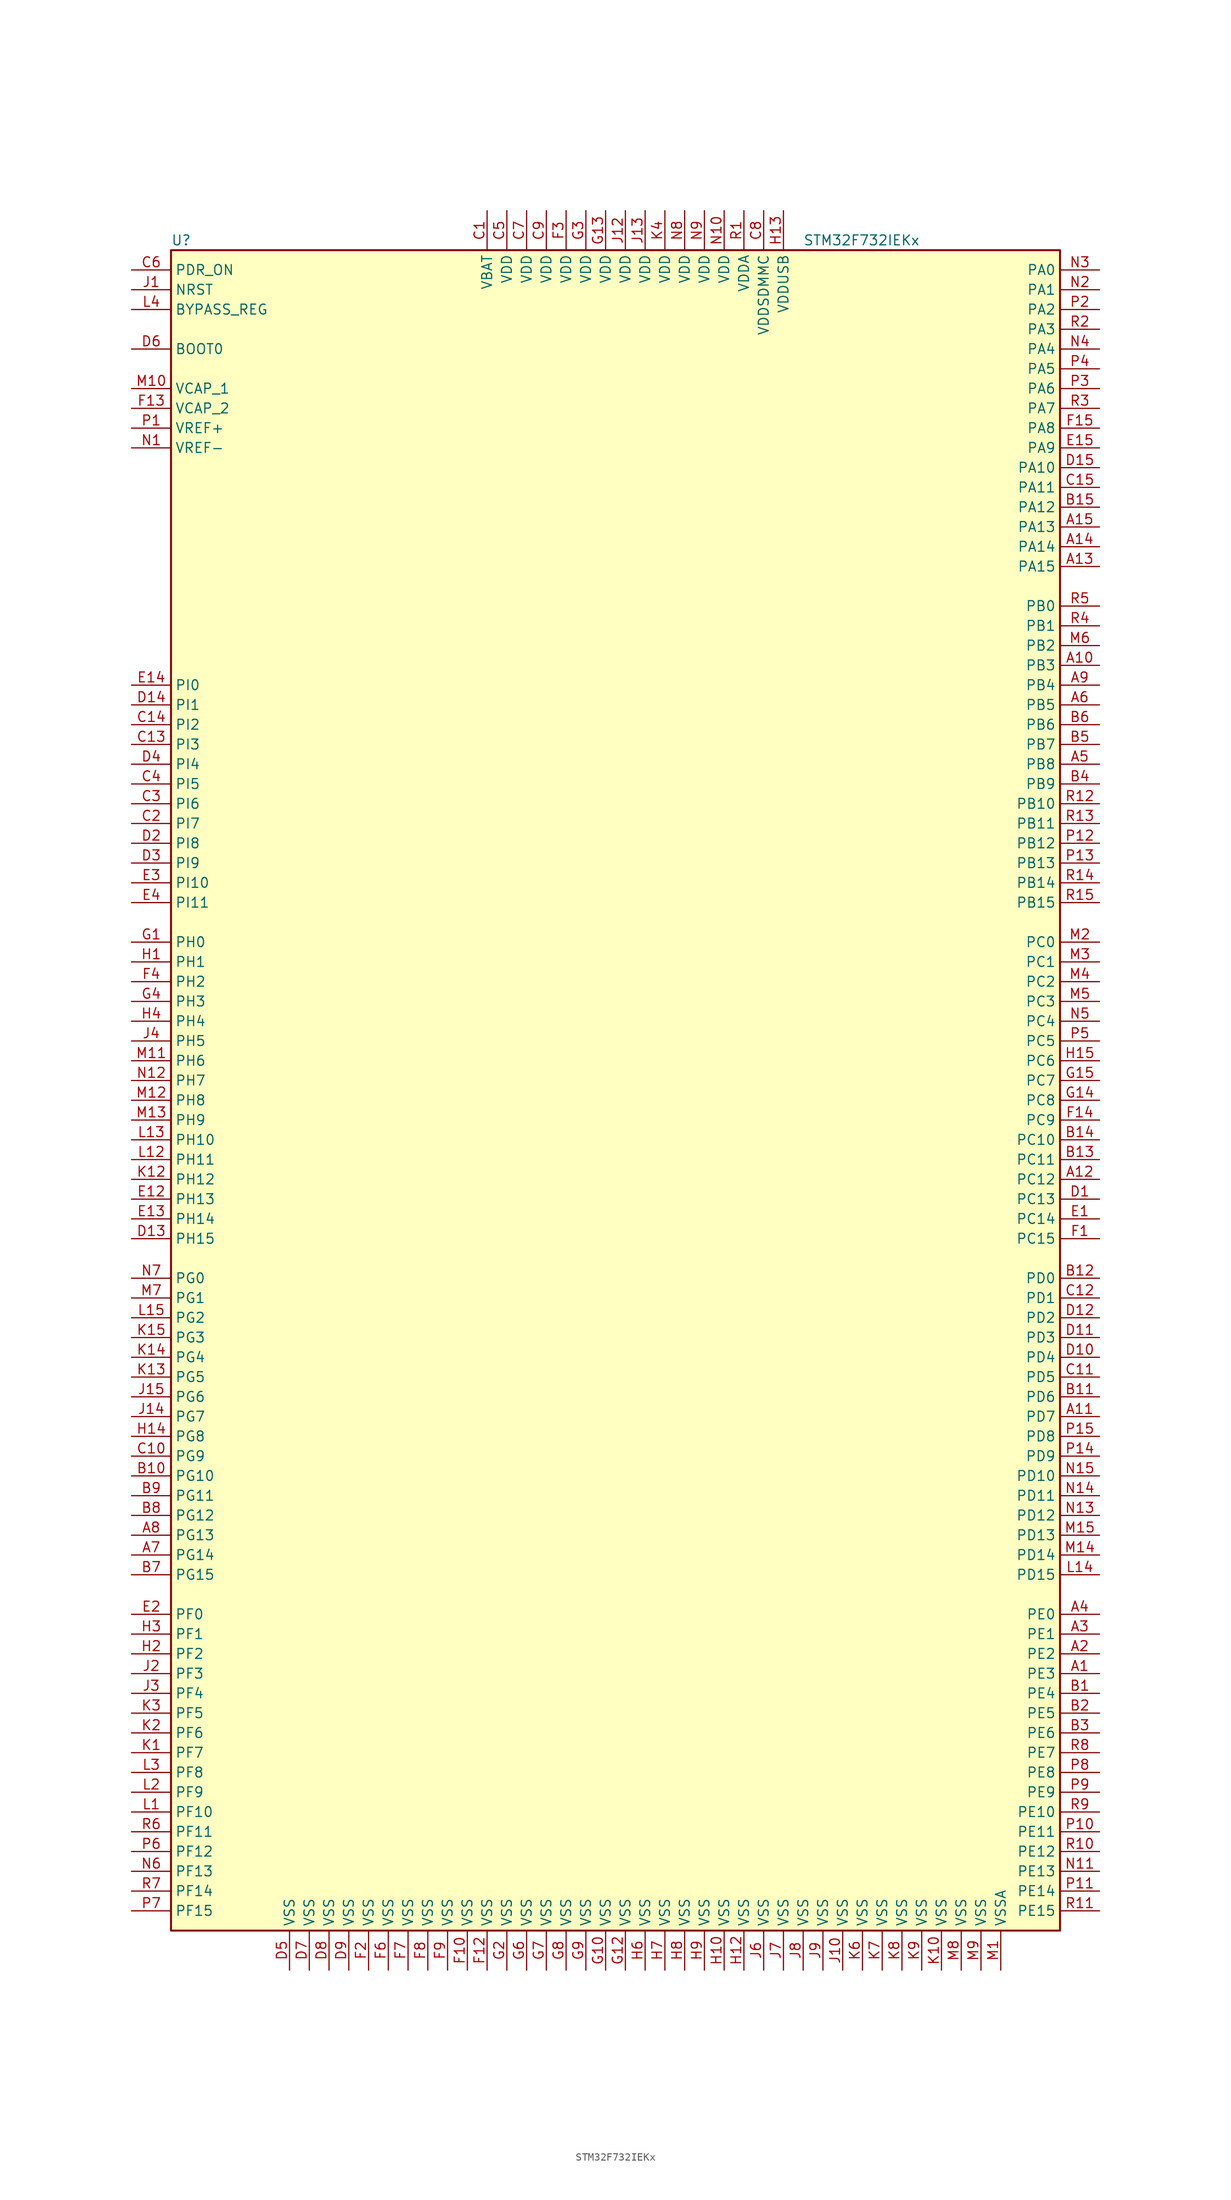
<source format=kicad_sym>
(kicad_symbol_lib
  (version 20211014)
  (generator kicad_symbol_editor)
  (symbol "STM32F732IEKx"
    (property "Reference" "U"
      (at -58.42 107.95 0)
      (effects (font (size 1.27 1.27)) (justify left)))
    (property "Value" "STM32F732IEKx"
      (at 22.86 107.95 0)
      (effects (font (size 1.27 1.27)) (justify left)))
    (symbol "STM32F732IEKx_0_1"
      (rectangle (start -58.42 -109.22) (end 55.88 106.68) (stroke (width 0.254) (type default) (color 0 0 0 0)) (fill (type background))))
    (symbol "STM32F732IEKx_1_1"
      (pin bidirectional line (at 60.96 -76.2 180) (length 5.08) (name "PE3" (effects (font (size 1.27 1.27)))) (number "A1" (effects (font (size 1.27 1.27)))))
      (pin bidirectional line (at 60.96 53.34 180) (length 5.08) (name "PB3" (effects (font (size 1.27 1.27)))) (number "A10" (effects (font (size 1.27 1.27)))))
      (pin bidirectional line (at 60.96 -43.18 180) (length 5.08) (name "PD7" (effects (font (size 1.27 1.27)))) (number "A11" (effects (font (size 1.27 1.27)))))
      (pin bidirectional line (at 60.96 -12.7 180) (length 5.08) (name "PC12" (effects (font (size 1.27 1.27)))) (number "A12" (effects (font (size 1.27 1.27)))))
      (pin bidirectional line (at 60.96 66.04 180) (length 5.08) (name "PA15" (effects (font (size 1.27 1.27)))) (number "A13" (effects (font (size 1.27 1.27)))))
      (pin bidirectional line (at 60.96 68.58 180) (length 5.08) (name "PA14" (effects (font (size 1.27 1.27)))) (number "A14" (effects (font (size 1.27 1.27)))))
      (pin bidirectional line (at 60.96 71.12 180) (length 5.08) (name "PA13" (effects (font (size 1.27 1.27)))) (number "A15" (effects (font (size 1.27 1.27)))))
      (pin bidirectional line (at 60.96 -73.66 180) (length 5.08) (name "PE2" (effects (font (size 1.27 1.27)))) (number "A2" (effects (font (size 1.27 1.27)))))
      (pin bidirectional line (at 60.96 -71.12 180) (length 5.08) (name "PE1" (effects (font (size 1.27 1.27)))) (number "A3" (effects (font (size 1.27 1.27)))))
      (pin bidirectional line (at 60.96 -68.58 180) (length 5.08) (name "PE0" (effects (font (size 1.27 1.27)))) (number "A4" (effects (font (size 1.27 1.27)))))
      (pin bidirectional line (at 60.96 40.64 180) (length 5.08) (name "PB8" (effects (font (size 1.27 1.27)))) (number "A5" (effects (font (size 1.27 1.27)))))
      (pin bidirectional line (at 60.96 48.26 180) (length 5.08) (name "PB5" (effects (font (size 1.27 1.27)))) (number "A6" (effects (font (size 1.27 1.27)))))
      (pin bidirectional line (at -63.5 -60.96 0) (length 5.08) (name "PG14" (effects (font (size 1.27 1.27)))) (number "A7" (effects (font (size 1.27 1.27)))))
      (pin bidirectional line (at -63.5 -58.42 0) (length 5.08) (name "PG13" (effects (font (size 1.27 1.27)))) (number "A8" (effects (font (size 1.27 1.27)))))
      (pin bidirectional line (at 60.96 50.8 180) (length 5.08) (name "PB4" (effects (font (size 1.27 1.27)))) (number "A9" (effects (font (size 1.27 1.27)))))
      (pin bidirectional line (at 60.96 -78.74 180) (length 5.08) (name "PE4" (effects (font (size 1.27 1.27)))) (number "B1" (effects (font (size 1.27 1.27)))))
      (pin bidirectional line (at -63.5 -50.8 0) (length 5.08) (name "PG10" (effects (font (size 1.27 1.27)))) (number "B10" (effects (font (size 1.27 1.27)))))
      (pin bidirectional line (at 60.96 -40.64 180) (length 5.08) (name "PD6" (effects (font (size 1.27 1.27)))) (number "B11" (effects (font (size 1.27 1.27)))))
      (pin bidirectional line (at 60.96 -25.4 180) (length 5.08) (name "PD0" (effects (font (size 1.27 1.27)))) (number "B12" (effects (font (size 1.27 1.27)))))
      (pin bidirectional line (at 60.96 -10.16 180) (length 5.08) (name "PC11" (effects (font (size 1.27 1.27)))) (number "B13" (effects (font (size 1.27 1.27)))))
      (pin bidirectional line (at 60.96 -7.62 180) (length 5.08) (name "PC10" (effects (font (size 1.27 1.27)))) (number "B14" (effects (font (size 1.27 1.27)))))
      (pin bidirectional line (at 60.96 73.66 180) (length 5.08) (name "PA12" (effects (font (size 1.27 1.27)))) (number "B15" (effects (font (size 1.27 1.27)))))
      (pin bidirectional line (at 60.96 -81.28 180) (length 5.08) (name "PE5" (effects (font (size 1.27 1.27)))) (number "B2" (effects (font (size 1.27 1.27)))))
      (pin bidirectional line (at 60.96 -83.82 180) (length 5.08) (name "PE6" (effects (font (size 1.27 1.27)))) (number "B3" (effects (font (size 1.27 1.27)))))
      (pin bidirectional line (at 60.96 38.1 180) (length 5.08) (name "PB9" (effects (font (size 1.27 1.27)))) (number "B4" (effects (font (size 1.27 1.27)))))
      (pin bidirectional line (at 60.96 43.18 180) (length 5.08) (name "PB7" (effects (font (size 1.27 1.27)))) (number "B5" (effects (font (size 1.27 1.27)))))
      (pin bidirectional line (at 60.96 45.72 180) (length 5.08) (name "PB6" (effects (font (size 1.27 1.27)))) (number "B6" (effects (font (size 1.27 1.27)))))
      (pin bidirectional line (at -63.5 -63.5 0) (length 5.08) (name "PG15" (effects (font (size 1.27 1.27)))) (number "B7" (effects (font (size 1.27 1.27)))))
      (pin bidirectional line (at -63.5 -55.88 0) (length 5.08) (name "PG12" (effects (font (size 1.27 1.27)))) (number "B8" (effects (font (size 1.27 1.27)))))
      (pin bidirectional line (at -63.5 -53.34 0) (length 5.08) (name "PG11" (effects (font (size 1.27 1.27)))) (number "B9" (effects (font (size 1.27 1.27)))))
      (pin power_in line (at -17.78 111.76 270) (length 5.08) (name "VBAT" (effects (font (size 1.27 1.27)))) (number "C1" (effects (font (size 1.27 1.27)))))
      (pin bidirectional line (at -63.5 -48.26 0) (length 5.08) (name "PG9" (effects (font (size 1.27 1.27)))) (number "C10" (effects (font (size 1.27 1.27)))))
      (pin bidirectional line (at 60.96 -38.1 180) (length 5.08) (name "PD5" (effects (font (size 1.27 1.27)))) (number "C11" (effects (font (size 1.27 1.27)))))
      (pin bidirectional line (at 60.96 -27.94 180) (length 5.08) (name "PD1" (effects (font (size 1.27 1.27)))) (number "C12" (effects (font (size 1.27 1.27)))))
      (pin bidirectional line (at -63.5 43.18 0) (length 5.08) (name "PI3" (effects (font (size 1.27 1.27)))) (number "C13" (effects (font (size 1.27 1.27)))))
      (pin bidirectional line (at -63.5 45.72 0) (length 5.08) (name "PI2" (effects (font (size 1.27 1.27)))) (number "C14" (effects (font (size 1.27 1.27)))))
      (pin bidirectional line (at 60.96 76.2 180) (length 5.08) (name "PA11" (effects (font (size 1.27 1.27)))) (number "C15" (effects (font (size 1.27 1.27)))))
      (pin bidirectional line (at -63.5 33.02 0) (length 5.08) (name "PI7" (effects (font (size 1.27 1.27)))) (number "C2" (effects (font (size 1.27 1.27)))))
      (pin bidirectional line (at -63.5 35.56 0) (length 5.08) (name "PI6" (effects (font (size 1.27 1.27)))) (number "C3" (effects (font (size 1.27 1.27)))))
      (pin bidirectional line (at -63.5 38.1 0) (length 5.08) (name "PI5" (effects (font (size 1.27 1.27)))) (number "C4" (effects (font (size 1.27 1.27)))))
      (pin power_in line (at -15.24 111.76 270) (length 5.08) (name "VDD" (effects (font (size 1.27 1.27)))) (number "C5" (effects (font (size 1.27 1.27)))))
      (pin input line (at -63.5 104.14 0) (length 5.08) (name "PDR_ON" (effects (font (size 1.27 1.27)))) (number "C6" (effects (font (size 1.27 1.27)))))
      (pin power_in line (at -12.7 111.76 270) (length 5.08) (name "VDD" (effects (font (size 1.27 1.27)))) (number "C7" (effects (font (size 1.27 1.27)))))
      (pin power_in line (at 17.78 111.76 270) (length 5.08) (name "VDDSDMMC" (effects (font (size 1.27 1.27)))) (number "C8" (effects (font (size 1.27 1.27)))))
      (pin power_in line (at -10.16 111.76 270) (length 5.08) (name "VDD" (effects (font (size 1.27 1.27)))) (number "C9" (effects (font (size 1.27 1.27)))))
      (pin bidirectional line (at 60.96 -15.24 180) (length 5.08) (name "PC13" (effects (font (size 1.27 1.27)))) (number "D1" (effects (font (size 1.27 1.27)))))
      (pin bidirectional line (at 60.96 -35.56 180) (length 5.08) (name "PD4" (effects (font (size 1.27 1.27)))) (number "D10" (effects (font (size 1.27 1.27)))))
      (pin bidirectional line (at 60.96 -33.02 180) (length 5.08) (name "PD3" (effects (font (size 1.27 1.27)))) (number "D11" (effects (font (size 1.27 1.27)))))
      (pin bidirectional line (at 60.96 -30.48 180) (length 5.08) (name "PD2" (effects (font (size 1.27 1.27)))) (number "D12" (effects (font (size 1.27 1.27)))))
      (pin bidirectional line (at -63.5 -20.32 0) (length 5.08) (name "PH15" (effects (font (size 1.27 1.27)))) (number "D13" (effects (font (size 1.27 1.27)))))
      (pin bidirectional line (at -63.5 48.26 0) (length 5.08) (name "PI1" (effects (font (size 1.27 1.27)))) (number "D14" (effects (font (size 1.27 1.27)))))
      (pin bidirectional line (at 60.96 78.74 180) (length 5.08) (name "PA10" (effects (font (size 1.27 1.27)))) (number "D15" (effects (font (size 1.27 1.27)))))
      (pin bidirectional line (at -63.5 30.48 0) (length 5.08) (name "PI8" (effects (font (size 1.27 1.27)))) (number "D2" (effects (font (size 1.27 1.27)))))
      (pin bidirectional line (at -63.5 27.94 0) (length 5.08) (name "PI9" (effects (font (size 1.27 1.27)))) (number "D3" (effects (font (size 1.27 1.27)))))
      (pin bidirectional line (at -63.5 40.64 0) (length 5.08) (name "PI4" (effects (font (size 1.27 1.27)))) (number "D4" (effects (font (size 1.27 1.27)))))
      (pin power_in line (at -43.18 -114.3 90) (length 5.08) (name "VSS" (effects (font (size 1.27 1.27)))) (number "D5" (effects (font (size 1.27 1.27)))))
      (pin input line (at -63.5 93.98 0) (length 5.08) (name "BOOT0" (effects (font (size 1.27 1.27)))) (number "D6" (effects (font (size 1.27 1.27)))))
      (pin power_in line (at -40.64 -114.3 90) (length 5.08) (name "VSS" (effects (font (size 1.27 1.27)))) (number "D7" (effects (font (size 1.27 1.27)))))
      (pin power_in line (at -38.1 -114.3 90) (length 5.08) (name "VSS" (effects (font (size 1.27 1.27)))) (number "D8" (effects (font (size 1.27 1.27)))))
      (pin power_in line (at -35.56 -114.3 90) (length 5.08) (name "VSS" (effects (font (size 1.27 1.27)))) (number "D9" (effects (font (size 1.27 1.27)))))
      (pin bidirectional line (at 60.96 -17.78 180) (length 5.08) (name "PC14" (effects (font (size 1.27 1.27)))) (number "E1" (effects (font (size 1.27 1.27)))))
      (pin bidirectional line (at -63.5 -15.24 0) (length 5.08) (name "PH13" (effects (font (size 1.27 1.27)))) (number "E12" (effects (font (size 1.27 1.27)))))
      (pin bidirectional line (at -63.5 -17.78 0) (length 5.08) (name "PH14" (effects (font (size 1.27 1.27)))) (number "E13" (effects (font (size 1.27 1.27)))))
      (pin bidirectional line (at -63.5 50.8 0) (length 5.08) (name "PI0" (effects (font (size 1.27 1.27)))) (number "E14" (effects (font (size 1.27 1.27)))))
      (pin bidirectional line (at 60.96 81.28 180) (length 5.08) (name "PA9" (effects (font (size 1.27 1.27)))) (number "E15" (effects (font (size 1.27 1.27)))))
      (pin bidirectional line (at -63.5 -68.58 0) (length 5.08) (name "PF0" (effects (font (size 1.27 1.27)))) (number "E2" (effects (font (size 1.27 1.27)))))
      (pin bidirectional line (at -63.5 25.4 0) (length 5.08) (name "PI10" (effects (font (size 1.27 1.27)))) (number "E3" (effects (font (size 1.27 1.27)))))
      (pin bidirectional line (at -63.5 22.86 0) (length 5.08) (name "PI11" (effects (font (size 1.27 1.27)))) (number "E4" (effects (font (size 1.27 1.27)))))
      (pin bidirectional line (at 60.96 -20.32 180) (length 5.08) (name "PC15" (effects (font (size 1.27 1.27)))) (number "F1" (effects (font (size 1.27 1.27)))))
      (pin power_in line (at -20.32 -114.3 90) (length 5.08) (name "VSS" (effects (font (size 1.27 1.27)))) (number "F10" (effects (font (size 1.27 1.27)))))
      (pin power_in line (at -17.78 -114.3 90) (length 5.08) (name "VSS" (effects (font (size 1.27 1.27)))) (number "F12" (effects (font (size 1.27 1.27)))))
      (pin power_in line (at -63.5 86.36 0) (length 5.08) (name "VCAP_2" (effects (font (size 1.27 1.27)))) (number "F13" (effects (font (size 1.27 1.27)))))
      (pin bidirectional line (at 60.96 -5.08 180) (length 5.08) (name "PC9" (effects (font (size 1.27 1.27)))) (number "F14" (effects (font (size 1.27 1.27)))))
      (pin bidirectional line (at 60.96 83.82 180) (length 5.08) (name "PA8" (effects (font (size 1.27 1.27)))) (number "F15" (effects (font (size 1.27 1.27)))))
      (pin power_in line (at -33.02 -114.3 90) (length 5.08) (name "VSS" (effects (font (size 1.27 1.27)))) (number "F2" (effects (font (size 1.27 1.27)))))
      (pin power_in line (at -7.62 111.76 270) (length 5.08) (name "VDD" (effects (font (size 1.27 1.27)))) (number "F3" (effects (font (size 1.27 1.27)))))
      (pin bidirectional line (at -63.5 12.7 0) (length 5.08) (name "PH2" (effects (font (size 1.27 1.27)))) (number "F4" (effects (font (size 1.27 1.27)))))
      (pin power_in line (at -30.48 -114.3 90) (length 5.08) (name "VSS" (effects (font (size 1.27 1.27)))) (number "F6" (effects (font (size 1.27 1.27)))))
      (pin power_in line (at -27.94 -114.3 90) (length 5.08) (name "VSS" (effects (font (size 1.27 1.27)))) (number "F7" (effects (font (size 1.27 1.27)))))
      (pin power_in line (at -25.4 -114.3 90) (length 5.08) (name "VSS" (effects (font (size 1.27 1.27)))) (number "F8" (effects (font (size 1.27 1.27)))))
      (pin power_in line (at -22.86 -114.3 90) (length 5.08) (name "VSS" (effects (font (size 1.27 1.27)))) (number "F9" (effects (font (size 1.27 1.27)))))
      (pin input line (at -63.5 17.78 0) (length 5.08) (name "PH0" (effects (font (size 1.27 1.27)))) (number "G1" (effects (font (size 1.27 1.27)))))
      (pin power_in line (at -2.54 -114.3 90) (length 5.08) (name "VSS" (effects (font (size 1.27 1.27)))) (number "G10" (effects (font (size 1.27 1.27)))))
      (pin power_in line (at 0 -114.3 90) (length 5.08) (name "VSS" (effects (font (size 1.27 1.27)))) (number "G12" (effects (font (size 1.27 1.27)))))
      (pin power_in line (at -2.54 111.76 270) (length 5.08) (name "VDD" (effects (font (size 1.27 1.27)))) (number "G13" (effects (font (size 1.27 1.27)))))
      (pin bidirectional line (at 60.96 -2.54 180) (length 5.08) (name "PC8" (effects (font (size 1.27 1.27)))) (number "G14" (effects (font (size 1.27 1.27)))))
      (pin bidirectional line (at 60.96 0 180) (length 5.08) (name "PC7" (effects (font (size 1.27 1.27)))) (number "G15" (effects (font (size 1.27 1.27)))))
      (pin power_in line (at -15.24 -114.3 90) (length 5.08) (name "VSS" (effects (font (size 1.27 1.27)))) (number "G2" (effects (font (size 1.27 1.27)))))
      (pin power_in line (at -5.08 111.76 270) (length 5.08) (name "VDD" (effects (font (size 1.27 1.27)))) (number "G3" (effects (font (size 1.27 1.27)))))
      (pin bidirectional line (at -63.5 10.16 0) (length 5.08) (name "PH3" (effects (font (size 1.27 1.27)))) (number "G4" (effects (font (size 1.27 1.27)))))
      (pin power_in line (at -12.7 -114.3 90) (length 5.08) (name "VSS" (effects (font (size 1.27 1.27)))) (number "G6" (effects (font (size 1.27 1.27)))))
      (pin power_in line (at -10.16 -114.3 90) (length 5.08) (name "VSS" (effects (font (size 1.27 1.27)))) (number "G7" (effects (font (size 1.27 1.27)))))
      (pin power_in line (at -7.62 -114.3 90) (length 5.08) (name "VSS" (effects (font (size 1.27 1.27)))) (number "G8" (effects (font (size 1.27 1.27)))))
      (pin power_in line (at -5.08 -114.3 90) (length 5.08) (name "VSS" (effects (font (size 1.27 1.27)))) (number "G9" (effects (font (size 1.27 1.27)))))
      (pin input line (at -63.5 15.24 0) (length 5.08) (name "PH1" (effects (font (size 1.27 1.27)))) (number "H1" (effects (font (size 1.27 1.27)))))
      (pin power_in line (at 12.7 -114.3 90) (length 5.08) (name "VSS" (effects (font (size 1.27 1.27)))) (number "H10" (effects (font (size 1.27 1.27)))))
      (pin power_in line (at 15.24 -114.3 90) (length 5.08) (name "VSS" (effects (font (size 1.27 1.27)))) (number "H12" (effects (font (size 1.27 1.27)))))
      (pin power_in line (at 20.32 111.76 270) (length 5.08) (name "VDDUSB" (effects (font (size 1.27 1.27)))) (number "H13" (effects (font (size 1.27 1.27)))))
      (pin bidirectional line (at -63.5 -45.72 0) (length 5.08) (name "PG8" (effects (font (size 1.27 1.27)))) (number "H14" (effects (font (size 1.27 1.27)))))
      (pin bidirectional line (at 60.96 2.54 180) (length 5.08) (name "PC6" (effects (font (size 1.27 1.27)))) (number "H15" (effects (font (size 1.27 1.27)))))
      (pin bidirectional line (at -63.5 -73.66 0) (length 5.08) (name "PF2" (effects (font (size 1.27 1.27)))) (number "H2" (effects (font (size 1.27 1.27)))))
      (pin bidirectional line (at -63.5 -71.12 0) (length 5.08) (name "PF1" (effects (font (size 1.27 1.27)))) (number "H3" (effects (font (size 1.27 1.27)))))
      (pin bidirectional line (at -63.5 7.62 0) (length 5.08) (name "PH4" (effects (font (size 1.27 1.27)))) (number "H4" (effects (font (size 1.27 1.27)))))
      (pin power_in line (at 2.54 -114.3 90) (length 5.08) (name "VSS" (effects (font (size 1.27 1.27)))) (number "H6" (effects (font (size 1.27 1.27)))))
      (pin power_in line (at 5.08 -114.3 90) (length 5.08) (name "VSS" (effects (font (size 1.27 1.27)))) (number "H7" (effects (font (size 1.27 1.27)))))
      (pin power_in line (at 7.62 -114.3 90) (length 5.08) (name "VSS" (effects (font (size 1.27 1.27)))) (number "H8" (effects (font (size 1.27 1.27)))))
      (pin power_in line (at 10.16 -114.3 90) (length 5.08) (name "VSS" (effects (font (size 1.27 1.27)))) (number "H9" (effects (font (size 1.27 1.27)))))
      (pin input line (at -63.5 101.6 0) (length 5.08) (name "NRST" (effects (font (size 1.27 1.27)))) (number "J1" (effects (font (size 1.27 1.27)))))
      (pin power_in line (at 27.94 -114.3 90) (length 5.08) (name "VSS" (effects (font (size 1.27 1.27)))) (number "J10" (effects (font (size 1.27 1.27)))))
      (pin power_in line (at 0 111.76 270) (length 5.08) (name "VDD" (effects (font (size 1.27 1.27)))) (number "J12" (effects (font (size 1.27 1.27)))))
      (pin power_in line (at 2.54 111.76 270) (length 5.08) (name "VDD" (effects (font (size 1.27 1.27)))) (number "J13" (effects (font (size 1.27 1.27)))))
      (pin bidirectional line (at -63.5 -43.18 0) (length 5.08) (name "PG7" (effects (font (size 1.27 1.27)))) (number "J14" (effects (font (size 1.27 1.27)))))
      (pin bidirectional line (at -63.5 -40.64 0) (length 5.08) (name "PG6" (effects (font (size 1.27 1.27)))) (number "J15" (effects (font (size 1.27 1.27)))))
      (pin bidirectional line (at -63.5 -76.2 0) (length 5.08) (name "PF3" (effects (font (size 1.27 1.27)))) (number "J2" (effects (font (size 1.27 1.27)))))
      (pin bidirectional line (at -63.5 -78.74 0) (length 5.08) (name "PF4" (effects (font (size 1.27 1.27)))) (number "J3" (effects (font (size 1.27 1.27)))))
      (pin bidirectional line (at -63.5 5.08 0) (length 5.08) (name "PH5" (effects (font (size 1.27 1.27)))) (number "J4" (effects (font (size 1.27 1.27)))))
      (pin power_in line (at 17.78 -114.3 90) (length 5.08) (name "VSS" (effects (font (size 1.27 1.27)))) (number "J6" (effects (font (size 1.27 1.27)))))
      (pin power_in line (at 20.32 -114.3 90) (length 5.08) (name "VSS" (effects (font (size 1.27 1.27)))) (number "J7" (effects (font (size 1.27 1.27)))))
      (pin power_in line (at 22.86 -114.3 90) (length 5.08) (name "VSS" (effects (font (size 1.27 1.27)))) (number "J8" (effects (font (size 1.27 1.27)))))
      (pin power_in line (at 25.4 -114.3 90) (length 5.08) (name "VSS" (effects (font (size 1.27 1.27)))) (number "J9" (effects (font (size 1.27 1.27)))))
      (pin bidirectional line (at -63.5 -86.36 0) (length 5.08) (name "PF7" (effects (font (size 1.27 1.27)))) (number "K1" (effects (font (size 1.27 1.27)))))
      (pin power_in line (at 40.64 -114.3 90) (length 5.08) (name "VSS" (effects (font (size 1.27 1.27)))) (number "K10" (effects (font (size 1.27 1.27)))))
      (pin bidirectional line (at -63.5 -12.7 0) (length 5.08) (name "PH12" (effects (font (size 1.27 1.27)))) (number "K12" (effects (font (size 1.27 1.27)))))
      (pin bidirectional line (at -63.5 -38.1 0) (length 5.08) (name "PG5" (effects (font (size 1.27 1.27)))) (number "K13" (effects (font (size 1.27 1.27)))))
      (pin bidirectional line (at -63.5 -35.56 0) (length 5.08) (name "PG4" (effects (font (size 1.27 1.27)))) (number "K14" (effects (font (size 1.27 1.27)))))
      (pin bidirectional line (at -63.5 -33.02 0) (length 5.08) (name "PG3" (effects (font (size 1.27 1.27)))) (number "K15" (effects (font (size 1.27 1.27)))))
      (pin bidirectional line (at -63.5 -83.82 0) (length 5.08) (name "PF6" (effects (font (size 1.27 1.27)))) (number "K2" (effects (font (size 1.27 1.27)))))
      (pin bidirectional line (at -63.5 -81.28 0) (length 5.08) (name "PF5" (effects (font (size 1.27 1.27)))) (number "K3" (effects (font (size 1.27 1.27)))))
      (pin power_in line (at 5.08 111.76 270) (length 5.08) (name "VDD" (effects (font (size 1.27 1.27)))) (number "K4" (effects (font (size 1.27 1.27)))))
      (pin power_in line (at 30.48 -114.3 90) (length 5.08) (name "VSS" (effects (font (size 1.27 1.27)))) (number "K6" (effects (font (size 1.27 1.27)))))
      (pin power_in line (at 33.02 -114.3 90) (length 5.08) (name "VSS" (effects (font (size 1.27 1.27)))) (number "K7" (effects (font (size 1.27 1.27)))))
      (pin power_in line (at 35.56 -114.3 90) (length 5.08) (name "VSS" (effects (font (size 1.27 1.27)))) (number "K8" (effects (font (size 1.27 1.27)))))
      (pin power_in line (at 38.1 -114.3 90) (length 5.08) (name "VSS" (effects (font (size 1.27 1.27)))) (number "K9" (effects (font (size 1.27 1.27)))))
      (pin bidirectional line (at -63.5 -93.98 0) (length 5.08) (name "PF10" (effects (font (size 1.27 1.27)))) (number "L1" (effects (font (size 1.27 1.27)))))
      (pin bidirectional line (at -63.5 -10.16 0) (length 5.08) (name "PH11" (effects (font (size 1.27 1.27)))) (number "L12" (effects (font (size 1.27 1.27)))))
      (pin bidirectional line (at -63.5 -7.62 0) (length 5.08) (name "PH10" (effects (font (size 1.27 1.27)))) (number "L13" (effects (font (size 1.27 1.27)))))
      (pin bidirectional line (at 60.96 -63.5 180) (length 5.08) (name "PD15" (effects (font (size 1.27 1.27)))) (number "L14" (effects (font (size 1.27 1.27)))))
      (pin bidirectional line (at -63.5 -30.48 0) (length 5.08) (name "PG2" (effects (font (size 1.27 1.27)))) (number "L15" (effects (font (size 1.27 1.27)))))
      (pin bidirectional line (at -63.5 -91.44 0) (length 5.08) (name "PF9" (effects (font (size 1.27 1.27)))) (number "L2" (effects (font (size 1.27 1.27)))))
      (pin bidirectional line (at -63.5 -88.9 0) (length 5.08) (name "PF8" (effects (font (size 1.27 1.27)))) (number "L3" (effects (font (size 1.27 1.27)))))
      (pin input line (at -63.5 99.06 0) (length 5.08) (name "BYPASS_REG" (effects (font (size 1.27 1.27)))) (number "L4" (effects (font (size 1.27 1.27)))))
      (pin power_in line (at 48.26 -114.3 90) (length 5.08) (name "VSSA" (effects (font (size 1.27 1.27)))) (number "M1" (effects (font (size 1.27 1.27)))))
      (pin power_in line (at -63.5 88.9 0) (length 5.08) (name "VCAP_1" (effects (font (size 1.27 1.27)))) (number "M10" (effects (font (size 1.27 1.27)))))
      (pin bidirectional line (at -63.5 2.54 0) (length 5.08) (name "PH6" (effects (font (size 1.27 1.27)))) (number "M11" (effects (font (size 1.27 1.27)))))
      (pin bidirectional line (at -63.5 -2.54 0) (length 5.08) (name "PH8" (effects (font (size 1.27 1.27)))) (number "M12" (effects (font (size 1.27 1.27)))))
      (pin bidirectional line (at -63.5 -5.08 0) (length 5.08) (name "PH9" (effects (font (size 1.27 1.27)))) (number "M13" (effects (font (size 1.27 1.27)))))
      (pin bidirectional line (at 60.96 -60.96 180) (length 5.08) (name "PD14" (effects (font (size 1.27 1.27)))) (number "M14" (effects (font (size 1.27 1.27)))))
      (pin bidirectional line (at 60.96 -58.42 180) (length 5.08) (name "PD13" (effects (font (size 1.27 1.27)))) (number "M15" (effects (font (size 1.27 1.27)))))
      (pin bidirectional line (at 60.96 17.78 180) (length 5.08) (name "PC0" (effects (font (size 1.27 1.27)))) (number "M2" (effects (font (size 1.27 1.27)))))
      (pin bidirectional line (at 60.96 15.24 180) (length 5.08) (name "PC1" (effects (font (size 1.27 1.27)))) (number "M3" (effects (font (size 1.27 1.27)))))
      (pin bidirectional line (at 60.96 12.7 180) (length 5.08) (name "PC2" (effects (font (size 1.27 1.27)))) (number "M4" (effects (font (size 1.27 1.27)))))
      (pin bidirectional line (at 60.96 10.16 180) (length 5.08) (name "PC3" (effects (font (size 1.27 1.27)))) (number "M5" (effects (font (size 1.27 1.27)))))
      (pin bidirectional line (at 60.96 55.88 180) (length 5.08) (name "PB2" (effects (font (size 1.27 1.27)))) (number "M6" (effects (font (size 1.27 1.27)))))
      (pin bidirectional line (at -63.5 -27.94 0) (length 5.08) (name "PG1" (effects (font (size 1.27 1.27)))) (number "M7" (effects (font (size 1.27 1.27)))))
      (pin power_in line (at 43.18 -114.3 90) (length 5.08) (name "VSS" (effects (font (size 1.27 1.27)))) (number "M8" (effects (font (size 1.27 1.27)))))
      (pin power_in line (at 45.72 -114.3 90) (length 5.08) (name "VSS" (effects (font (size 1.27 1.27)))) (number "M9" (effects (font (size 1.27 1.27)))))
      (pin power_in line (at -63.5 81.28 0) (length 5.08) (name "VREF-" (effects (font (size 1.27 1.27)))) (number "N1" (effects (font (size 1.27 1.27)))))
      (pin power_in line (at 12.7 111.76 270) (length 5.08) (name "VDD" (effects (font (size 1.27 1.27)))) (number "N10" (effects (font (size 1.27 1.27)))))
      (pin bidirectional line (at 60.96 -101.6 180) (length 5.08) (name "PE13" (effects (font (size 1.27 1.27)))) (number "N11" (effects (font (size 1.27 1.27)))))
      (pin bidirectional line (at -63.5 0 0) (length 5.08) (name "PH7" (effects (font (size 1.27 1.27)))) (number "N12" (effects (font (size 1.27 1.27)))))
      (pin bidirectional line (at 60.96 -55.88 180) (length 5.08) (name "PD12" (effects (font (size 1.27 1.27)))) (number "N13" (effects (font (size 1.27 1.27)))))
      (pin bidirectional line (at 60.96 -53.34 180) (length 5.08) (name "PD11" (effects (font (size 1.27 1.27)))) (number "N14" (effects (font (size 1.27 1.27)))))
      (pin bidirectional line (at 60.96 -50.8 180) (length 5.08) (name "PD10" (effects (font (size 1.27 1.27)))) (number "N15" (effects (font (size 1.27 1.27)))))
      (pin bidirectional line (at 60.96 101.6 180) (length 5.08) (name "PA1" (effects (font (size 1.27 1.27)))) (number "N2" (effects (font (size 1.27 1.27)))))
      (pin bidirectional line (at 60.96 104.14 180) (length 5.08) (name "PA0" (effects (font (size 1.27 1.27)))) (number "N3" (effects (font (size 1.27 1.27)))))
      (pin bidirectional line (at 60.96 93.98 180) (length 5.08) (name "PA4" (effects (font (size 1.27 1.27)))) (number "N4" (effects (font (size 1.27 1.27)))))
      (pin bidirectional line (at 60.96 7.62 180) (length 5.08) (name "PC4" (effects (font (size 1.27 1.27)))) (number "N5" (effects (font (size 1.27 1.27)))))
      (pin bidirectional line (at -63.5 -101.6 0) (length 5.08) (name "PF13" (effects (font (size 1.27 1.27)))) (number "N6" (effects (font (size 1.27 1.27)))))
      (pin bidirectional line (at -63.5 -25.4 0) (length 5.08) (name "PG0" (effects (font (size 1.27 1.27)))) (number "N7" (effects (font (size 1.27 1.27)))))
      (pin power_in line (at 7.62 111.76 270) (length 5.08) (name "VDD" (effects (font (size 1.27 1.27)))) (number "N8" (effects (font (size 1.27 1.27)))))
      (pin power_in line (at 10.16 111.76 270) (length 5.08) (name "VDD" (effects (font (size 1.27 1.27)))) (number "N9" (effects (font (size 1.27 1.27)))))
      (pin power_in line (at -63.5 83.82 0) (length 5.08) (name "VREF+" (effects (font (size 1.27 1.27)))) (number "P1" (effects (font (size 1.27 1.27)))))
      (pin bidirectional line (at 60.96 -96.52 180) (length 5.08) (name "PE11" (effects (font (size 1.27 1.27)))) (number "P10" (effects (font (size 1.27 1.27)))))
      (pin bidirectional line (at 60.96 -104.14 180) (length 5.08) (name "PE14" (effects (font (size 1.27 1.27)))) (number "P11" (effects (font (size 1.27 1.27)))))
      (pin bidirectional line (at 60.96 30.48 180) (length 5.08) (name "PB12" (effects (font (size 1.27 1.27)))) (number "P12" (effects (font (size 1.27 1.27)))))
      (pin bidirectional line (at 60.96 27.94 180) (length 5.08) (name "PB13" (effects (font (size 1.27 1.27)))) (number "P13" (effects (font (size 1.27 1.27)))))
      (pin bidirectional line (at 60.96 -48.26 180) (length 5.08) (name "PD9" (effects (font (size 1.27 1.27)))) (number "P14" (effects (font (size 1.27 1.27)))))
      (pin bidirectional line (at 60.96 -45.72 180) (length 5.08) (name "PD8" (effects (font (size 1.27 1.27)))) (number "P15" (effects (font (size 1.27 1.27)))))
      (pin bidirectional line (at 60.96 99.06 180) (length 5.08) (name "PA2" (effects (font (size 1.27 1.27)))) (number "P2" (effects (font (size 1.27 1.27)))))
      (pin bidirectional line (at 60.96 88.9 180) (length 5.08) (name "PA6" (effects (font (size 1.27 1.27)))) (number "P3" (effects (font (size 1.27 1.27)))))
      (pin bidirectional line (at 60.96 91.44 180) (length 5.08) (name "PA5" (effects (font (size 1.27 1.27)))) (number "P4" (effects (font (size 1.27 1.27)))))
      (pin bidirectional line (at 60.96 5.08 180) (length 5.08) (name "PC5" (effects (font (size 1.27 1.27)))) (number "P5" (effects (font (size 1.27 1.27)))))
      (pin bidirectional line (at -63.5 -99.06 0) (length 5.08) (name "PF12" (effects (font (size 1.27 1.27)))) (number "P6" (effects (font (size 1.27 1.27)))))
      (pin bidirectional line (at -63.5 -106.68 0) (length 5.08) (name "PF15" (effects (font (size 1.27 1.27)))) (number "P7" (effects (font (size 1.27 1.27)))))
      (pin bidirectional line (at 60.96 -88.9 180) (length 5.08) (name "PE8" (effects (font (size 1.27 1.27)))) (number "P8" (effects (font (size 1.27 1.27)))))
      (pin bidirectional line (at 60.96 -91.44 180) (length 5.08) (name "PE9" (effects (font (size 1.27 1.27)))) (number "P9" (effects (font (size 1.27 1.27)))))
      (pin power_in line (at 15.24 111.76 270) (length 5.08) (name "VDDA" (effects (font (size 1.27 1.27)))) (number "R1" (effects (font (size 1.27 1.27)))))
      (pin bidirectional line (at 60.96 -99.06 180) (length 5.08) (name "PE12" (effects (font (size 1.27 1.27)))) (number "R10" (effects (font (size 1.27 1.27)))))
      (pin bidirectional line (at 60.96 -106.68 180) (length 5.08) (name "PE15" (effects (font (size 1.27 1.27)))) (number "R11" (effects (font (size 1.27 1.27)))))
      (pin bidirectional line (at 60.96 35.56 180) (length 5.08) (name "PB10" (effects (font (size 1.27 1.27)))) (number "R12" (effects (font (size 1.27 1.27)))))
      (pin bidirectional line (at 60.96 33.02 180) (length 5.08) (name "PB11" (effects (font (size 1.27 1.27)))) (number "R13" (effects (font (size 1.27 1.27)))))
      (pin bidirectional line (at 60.96 25.4 180) (length 5.08) (name "PB14" (effects (font (size 1.27 1.27)))) (number "R14" (effects (font (size 1.27 1.27)))))
      (pin bidirectional line (at 60.96 22.86 180) (length 5.08) (name "PB15" (effects (font (size 1.27 1.27)))) (number "R15" (effects (font (size 1.27 1.27)))))
      (pin bidirectional line (at 60.96 96.52 180) (length 5.08) (name "PA3" (effects (font (size 1.27 1.27)))) (number "R2" (effects (font (size 1.27 1.27)))))
      (pin bidirectional line (at 60.96 86.36 180) (length 5.08) (name "PA7" (effects (font (size 1.27 1.27)))) (number "R3" (effects (font (size 1.27 1.27)))))
      (pin bidirectional line (at 60.96 58.42 180) (length 5.08) (name "PB1" (effects (font (size 1.27 1.27)))) (number "R4" (effects (font (size 1.27 1.27)))))
      (pin bidirectional line (at 60.96 60.96 180) (length 5.08) (name "PB0" (effects (font (size 1.27 1.27)))) (number "R5" (effects (font (size 1.27 1.27)))))
      (pin bidirectional line (at -63.5 -96.52 0) (length 5.08) (name "PF11" (effects (font (size 1.27 1.27)))) (number "R6" (effects (font (size 1.27 1.27)))))
      (pin bidirectional line (at -63.5 -104.14 0) (length 5.08) (name "PF14" (effects (font (size 1.27 1.27)))) (number "R7" (effects (font (size 1.27 1.27)))))
      (pin bidirectional line (at 60.96 -86.36 180) (length 5.08) (name "PE7" (effects (font (size 1.27 1.27)))) (number "R8" (effects (font (size 1.27 1.27)))))
      (pin bidirectional line (at 60.96 -93.98 180) (length 5.08) (name "PE10" (effects (font (size 1.27 1.27)))) (number "R9" (effects (font (size 1.27 1.27))))))))
</source>
